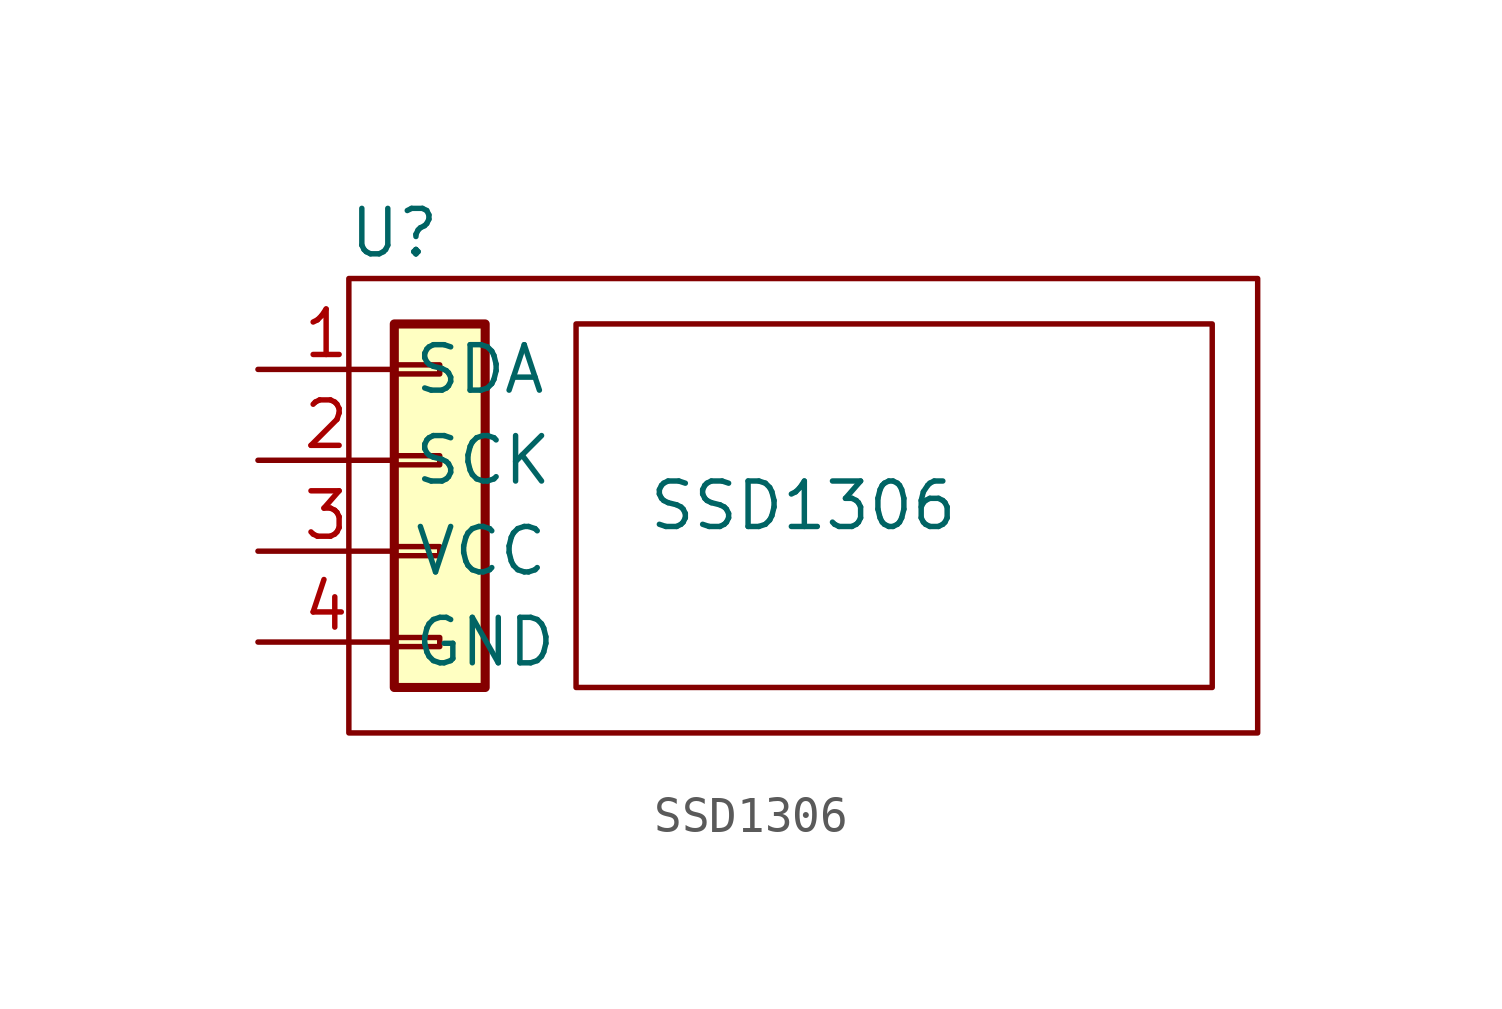
<source format=kicad_sym>
(kicad_symbol_lib
  (version 20211014)
  (generator kicad_symbol_editor)
  (symbol "SSD1306"
    (property "Reference" "U"
      (at -11.43 7.62 0)
      (effects (font (size 1.27 1.27))))
    (property "Value" "SSD1306"
      (at 0 0 0)
      (effects (font (size 1.27 1.27))))
    (symbol "SSD1306_0_1"
      (rectangle (start -12.7 6.35) (end 12.7 -6.35) (stroke (width 0) (type default) (color 0 0 0 0)) (fill (type none)))
      (rectangle (start -6.35 5.08) (end 11.43 -5.08) (stroke (width 0) (type default) (color 0 0 0 0)) (fill (type none))))
    (symbol "SSD1306_1_1"
      (rectangle (start -11.43 -3.683) (end -10.16 -3.937) (stroke (width 0.152) (type default) (color 0 0 0 0)) (fill (type none)))
      (rectangle (start -11.43 -1.143) (end -10.16 -1.397) (stroke (width 0.152) (type default) (color 0 0 0 0)) (fill (type none)))
      (rectangle (start -11.43 1.397) (end -10.16 1.143) (stroke (width 0.152) (type default) (color 0 0 0 0)) (fill (type none)))
      (rectangle (start -11.43 3.937) (end -10.16 3.683) (stroke (width 0.152) (type default) (color 0 0 0 0)) (fill (type none)))
      (rectangle (start -11.43 5.08) (end -8.89 -5.08) (stroke (width 0.254) (type default) (color 0 0 0 0)) (fill (type background)))
      (pin passive line (at -15.24 3.81 0) (length 3.81) (name "SDA" (effects (font (size 1.27 1.27)))) (number "1" (effects (font (size 1.27 1.27)))))
      (pin passive line (at -15.24 1.27 0) (length 3.81) (name "SCK" (effects (font (size 1.27 1.27)))) (number "2" (effects (font (size 1.27 1.27)))))
      (pin power_in line (at -15.24 -1.27 0) (length 3.81) (name "VCC" (effects (font (size 1.27 1.27)))) (number "3" (effects (font (size 1.27 1.27)))))
      (pin passive line (at -15.24 -3.81 0) (length 3.81) (name "GND" (effects (font (size 1.27 1.27)))) (number "4" (effects (font (size 1.27 1.27))))))))
</source>
